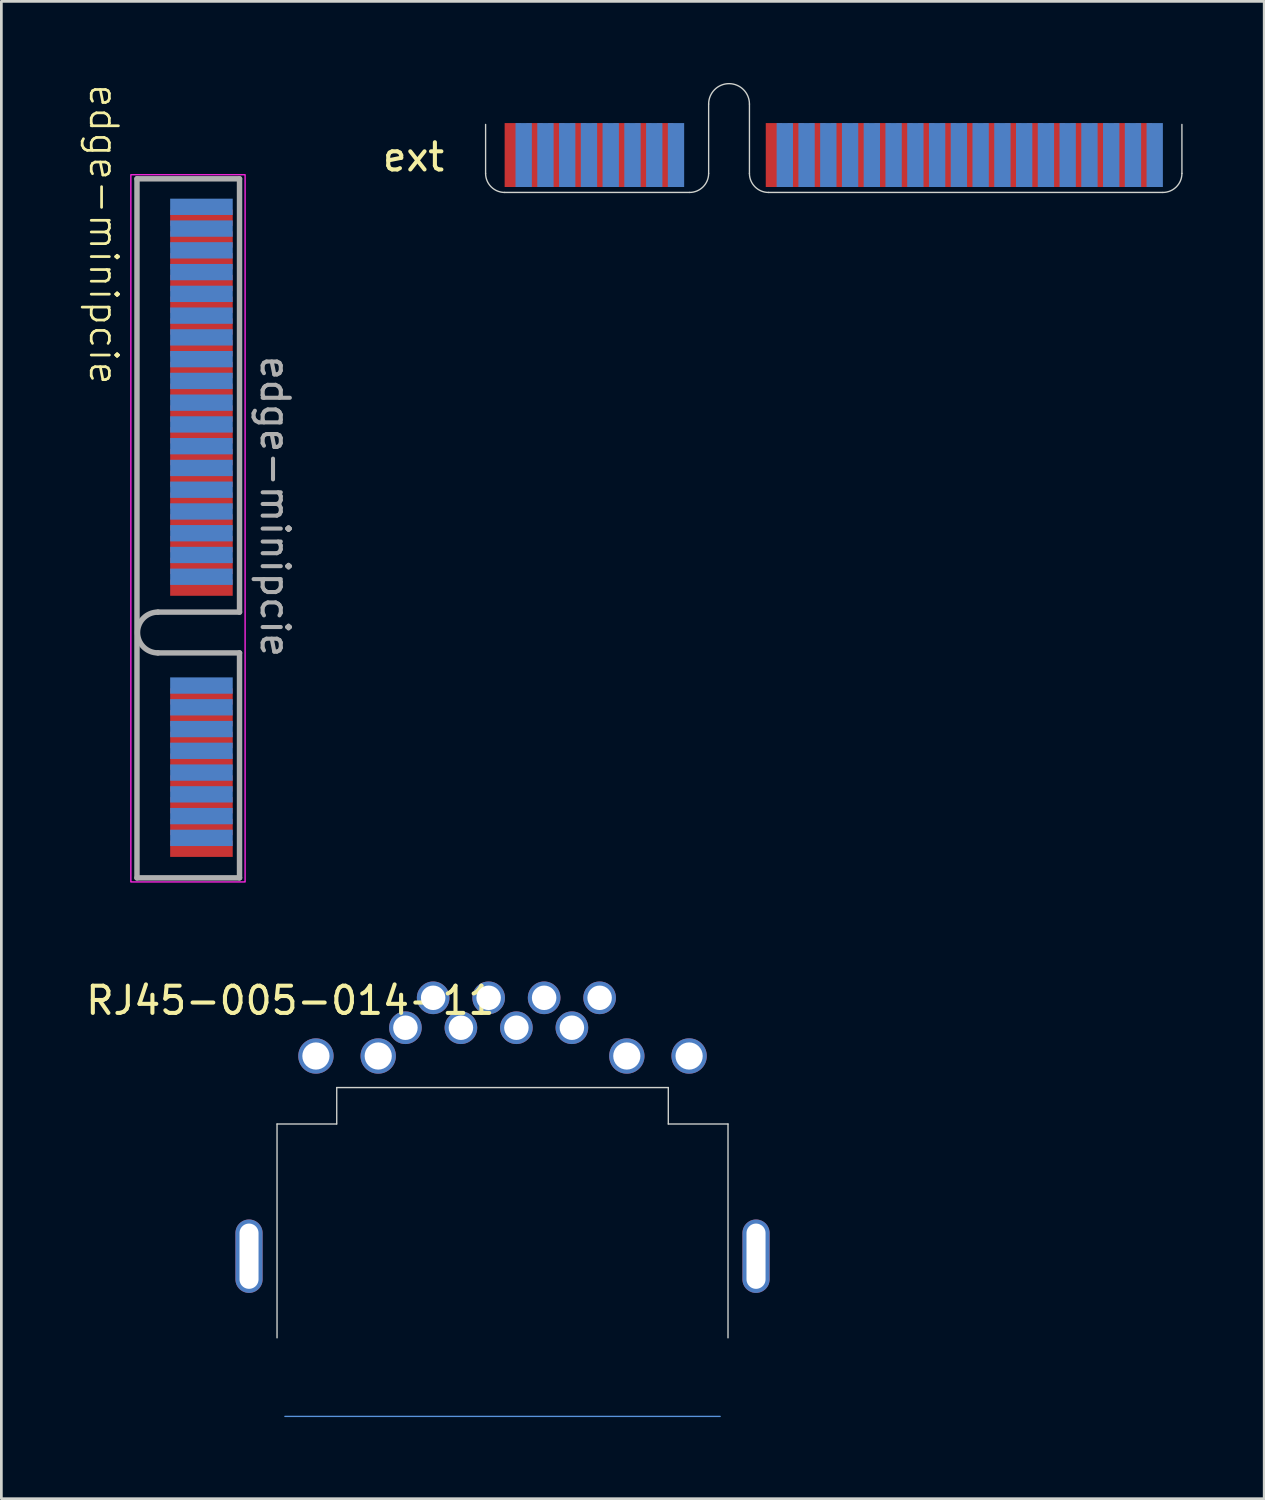
<source format=kicad_pcb>
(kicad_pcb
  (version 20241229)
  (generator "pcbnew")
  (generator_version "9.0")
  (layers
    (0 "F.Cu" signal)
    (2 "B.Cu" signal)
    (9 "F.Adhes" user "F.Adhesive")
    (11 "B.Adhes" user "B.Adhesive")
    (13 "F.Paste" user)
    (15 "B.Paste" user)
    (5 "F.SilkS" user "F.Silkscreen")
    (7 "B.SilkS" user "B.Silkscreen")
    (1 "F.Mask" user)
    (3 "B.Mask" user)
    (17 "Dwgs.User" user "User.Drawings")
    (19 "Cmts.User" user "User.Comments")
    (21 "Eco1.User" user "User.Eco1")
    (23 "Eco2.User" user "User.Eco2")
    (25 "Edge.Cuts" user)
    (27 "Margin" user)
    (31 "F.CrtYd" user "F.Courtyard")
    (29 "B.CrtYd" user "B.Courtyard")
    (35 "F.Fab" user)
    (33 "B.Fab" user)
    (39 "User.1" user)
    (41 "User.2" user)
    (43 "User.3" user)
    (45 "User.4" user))
  (footprint "ext"
    (layer "F.Cu")
    (at 23.753 4.025)
    (property "Reference" "ext" (at -11.6 -1.3 0) (layer "F.SilkS") (effects (font (size 1 1) (thickness 0.15))))
    (attr through_hole)
    (fp_rect (start -8.95 -2.55) (end 16.65 0) (stroke (width 0) (type default)) (fill yes) (layer "F.Mask"))
    (fp_rect (start -8.95 -2.55) (end 16.65 0) (stroke (width 0) (type default)) (fill yes) (layer "B.Mask"))
    (fp_line (start -8.95 -0.7) (end -8.95 -2.5) (stroke (width 0.05) (type solid)) (layer "Edge.Cuts"))
    (fp_line (start -1.45 -0.000001) (end -8.25 -0.000001) (stroke (width 0.05) (type default)) (layer "Edge.Cuts"))
    (fp_line (start -0.75 -3.25) (end -0.75 -0.7) (stroke (width 0.05) (type default)) (layer "Edge.Cuts"))
    (fp_line (start 0.75 -0.7) (end 0.75 -3.25) (stroke (width 0.05) (type solid)) (layer "Edge.Cuts"))
    (fp_line (start 1.45 0) (end 15.95 0) (stroke (width 0.05) (type default)) (layer "Edge.Cuts"))
    (fp_line (start 16.65 -2.5) (end 16.65 -0.7) (stroke (width 0.05) (type default)) (layer "Edge.Cuts"))
    (fp_arc (start -8.25 -0.000001) (mid -8.744974 -0.205026) (end -8.949999 -0.7) (stroke (width 0.05) (type default)) (layer "Edge.Cuts"))
    (fp_arc (start -0.75 -3.25) (mid 0 -4) (end 0.75 -3.25) (stroke (width 0.05) (type solid)) (layer "Edge.Cuts"))
    (fp_arc (start -0.75 -0.7) (mid -0.955025 -0.205026) (end -1.449999 -0.000001) (stroke (width 0.05) (type default)) (layer "Edge.Cuts"))
    (fp_arc (start 1.45 0) (mid 0.955025 -0.205025) (end 0.75 -0.7) (stroke (width 0.05) (type default)) (layer "Edge.Cuts"))
    (fp_arc (start 16.65 -0.7) (mid 16.444975 -0.205025) (end 15.95 0) (stroke (width 0.05) (type default)) (layer "Edge.Cuts"))
    (pad "1" smd rect (at -7.95 -1.375) (size 0.6 2.35) (layers "F.Cu" "F.Mask"))
    (pad "2" smd rect (at -7.55 -1.375) (size 0.6 2.35) (layers "B.Cu" "B.Mask"))
    (pad "3" smd rect (at -7.15 -1.375) (size 0.6 2.35) (layers "F.Cu" "F.Mask"))
    (pad "4" smd rect (at -6.75 -1.375) (size 0.6 2.35) (layers "B.Cu" "B.Mask"))
    (pad "5" smd rect (at -6.35 -1.375) (size 0.6 2.35) (layers "F.Cu" "F.Mask"))
    (pad "6" smd rect (at -5.95 -1.375) (size 0.6 2.35) (layers "B.Cu" "B.Mask"))
    (pad "7" smd rect (at -5.55 -1.375) (size 0.6 2.35) (layers "F.Cu" "F.Mask"))
    (pad "8" smd rect (at -5.15 -1.375) (size 0.6 2.35) (layers "B.Cu" "B.Mask"))
    (pad "9" smd rect (at -4.75 -1.375) (size 0.6 2.35) (layers "F.Cu" "F.Mask"))
    (pad "10" smd rect (at -4.35 -1.375) (size 0.6 2.35) (layers "B.Cu" "B.Mask"))
    (pad "11" smd rect (at -3.95 -1.375) (size 0.6 2.35) (layers "F.Cu" "F.Mask"))
    (pad "12" smd rect (at -3.55 -1.375) (size 0.6 2.35) (layers "B.Cu" "B.Mask"))
    (pad "13" smd rect (at -3.15 -1.375) (size 0.6 2.35) (layers "F.Cu" "F.Mask"))
    (pad "14" smd rect (at -2.75 -1.375) (size 0.6 2.35) (layers "B.Cu" "B.Mask"))
    (pad "15" smd rect (at -2.35 -1.375) (size 0.6 2.35) (layers "F.Cu" "F.Mask"))
    (pad "16" smd rect (at -1.95 -1.375) (size 0.6 2.35) (layers "B.Cu" "B.Mask"))
    (pad "17" smd rect (at 1.65 -1.375) (size 0.6 2.35) (layers "F.Cu" "F.Mask"))
    (pad "18" smd rect (at 2.05 -1.375) (size 0.6 2.35) (layers "B.Cu" "B.Mask"))
    (pad "19" smd rect (at 2.45 -1.375) (size 0.6 2.35) (layers "F.Cu" "F.Mask"))
    (pad "20" smd rect (at 2.85 -1.375) (size 0.6 2.35) (layers "B.Cu" "B.Mask"))
    (pad "21" smd rect (at 3.25 -1.375) (size 0.6 2.35) (layers "F.Cu" "F.Mask"))
    (pad "22" smd rect (at 3.65 -1.375) (size 0.6 2.35) (layers "B.Cu" "B.Mask"))
    (pad "23" smd rect (at 4.05 -1.375) (size 0.6 2.35) (layers "F.Cu" "F.Mask"))
    (pad "24" smd rect (at 4.45 -1.375) (size 0.6 2.35) (layers "B.Cu" "B.Mask"))
    (pad "25" smd rect (at 4.85 -1.375) (size 0.6 2.35) (layers "F.Cu" "F.Mask"))
    (pad "26" smd rect (at 5.25 -1.375) (size 0.6 2.35) (layers "B.Cu" "B.Mask"))
    (pad "27" smd rect (at 5.65 -1.375) (size 0.6 2.35) (layers "F.Cu" "F.Mask"))
    (pad "28" smd rect (at 6.05 -1.375) (size 0.6 2.35) (layers "B.Cu" "B.Mask"))
    (pad "29" smd rect (at 6.45 -1.375) (size 0.6 2.35) (layers "F.Cu" "F.Mask"))
    (pad "30" smd rect (at 6.85 -1.375) (size 0.6 2.35) (layers "B.Cu" "B.Mask"))
    (pad "31" smd rect (at 7.25 -1.375) (size 0.6 2.35) (layers "F.Cu" "F.Mask"))
    (pad "32" smd rect (at 7.65 -1.375) (size 0.6 2.35) (layers "B.Cu" "B.Mask"))
    (pad "33" smd rect (at 8.05 -1.375) (size 0.6 2.35) (layers "F.Cu" "F.Mask"))
    (pad "34" smd rect (at 8.45 -1.375) (size 0.6 2.35) (layers "B.Cu" "B.Mask"))
    (pad "35" smd rect (at 8.85 -1.375) (size 0.6 2.35) (layers "F.Cu" "F.Mask"))
    (pad "36" smd rect (at 9.25 -1.375) (size 0.6 2.35) (layers "B.Cu" "B.Mask"))
    (pad "37" smd rect (at 9.65 -1.375) (size 0.6 2.35) (layers "F.Cu" "F.Mask"))
    (pad "38" smd rect (at 10.05 -1.375) (size 0.6 2.35) (layers "B.Cu" "B.Mask"))
    (pad "39" smd rect (at 10.45 -1.375) (size 0.6 2.35) (layers "F.Cu" "F.Mask"))
    (pad "40" smd rect (at 10.85 -1.375) (size 0.6 2.35) (layers "B.Cu" "B.Mask"))
    (pad "41" smd rect (at 11.25 -1.375) (size 0.6 2.35) (layers "F.Cu" "F.Mask"))
    (pad "42" smd rect (at 11.65 -1.375) (size 0.6 2.35) (layers "B.Cu" "B.Mask"))
    (pad "43" smd rect (at 12.05 -1.375) (size 0.6 2.35) (layers "F.Cu" "F.Mask"))
    (pad "44" smd rect (at 12.45 -1.375) (size 0.6 2.35) (layers "B.Cu" "B.Mask"))
    (pad "45" smd rect (at 12.85 -1.375) (size 0.6 2.35) (layers "F.Cu" "F.Mask"))
    (pad "46" smd rect (at 13.25 -1.375) (size 0.6 2.35) (layers "B.Cu" "B.Mask"))
    (pad "47" smd rect (at 13.65 -1.375) (size 0.6 2.35) (layers "F.Cu" "F.Mask"))
    (pad "48" smd rect (at 14.05 -1.375) (size 0.6 2.35) (layers "B.Cu" "B.Mask"))
    (pad "49" smd rect (at 14.45 -1.375) (size 0.6 2.35) (layers "F.Cu" "F.Mask"))
    (pad "50" smd rect (at 14.85 -1.375) (size 0.6 2.35) (layers "B.Cu" "B.Mask"))
    (pad "51" smd rect (at 15.25 -1.375) (size 0.6 2.35) (layers "F.Cu" "F.Mask"))
    (pad "52" smd rect (at 15.65 -1.375) (size 0.6 2.35) (layers "B.Cu" "B.Mask")))
  (footprint "RJ45-005-014-11"
    (layer "F.Cu")
    (at 15.425 46.134)
    (property "Reference" "RJ45-005-014-11" (at -7.8 -12.4 0) (layer "F.SilkS") (effects (font (size 1 1) (thickness 0.15))))
    (attr through_hole)
    (fp_line (start -8 2.89) (end 8 2.89) (stroke (width 0.05) (type default)) (layer "Cmts.User"))
    (fp_line (start -8.29 -7.86) (end -6.1 -7.86) (stroke (width 0.05) (type default)) (layer "Edge.Cuts"))
    (fp_line (start -8.29 0) (end -8.29 -7.86) (stroke (width 0.05) (type default)) (layer "Edge.Cuts"))
    (fp_line (start -6.095 -9.2) (end 6.095 -9.2) (stroke (width 0.05) (type default)) (layer "Edge.Cuts"))
    (fp_line (start -6.095 -7.86) (end -6.095 -9.2) (stroke (width 0.05) (type default)) (layer "Edge.Cuts"))
    (fp_line (start 6.095 -9.2) (end 6.095 -7.86) (stroke (width 0.05) (type default)) (layer "Edge.Cuts"))
    (fp_line (start 6.095 -7.86) (end 8.29 -7.86) (stroke (width 0.05) (type default)) (layer "Edge.Cuts"))
    (fp_line (start 8.29 -7.86) (end 8.29 0) (stroke (width 0.05) (type default)) (layer "Edge.Cuts"))
    (pad "1" thru_hole circle (at 3.57 -12.5) (size 1.2 1.2) (drill 0.9) (layers "*.Cu" "*.Mask"))
    (pad "2" thru_hole circle (at 2.55 -11.4) (size 1.2 1.2) (drill 0.9) (layers "*.Cu" "*.Mask"))
    (pad "3" thru_hole circle (at 1.53 -12.5) (size 1.2 1.2) (drill 0.9) (layers "*.Cu" "*.Mask"))
    (pad "4" thru_hole circle (at 0.51 -11.4) (size 1.2 1.2) (drill 0.9) (layers "*.Cu" "*.Mask"))
    (pad "5" thru_hole circle (at -0.51 -12.5) (size 1.2 1.2) (drill 0.9) (layers "*.Cu" "*.Mask"))
    (pad "6" thru_hole circle (at -1.53 -11.4) (size 1.2 1.2) (drill 0.9) (layers "*.Cu" "*.Mask"))
    (pad "7" thru_hole circle (at -2.55 -12.5) (size 1.2 1.2) (drill 0.9) (layers "*.Cu" "*.Mask"))
    (pad "8" thru_hole circle (at -3.57 -11.4) (size 1.2 1.2) (drill 0.9) (layers "*.Cu" "*.Mask"))
    (pad "D1" thru_hole circle (at -6.86 -10.36) (size 1.3 1.3) (drill 1) (layers "*.Cu" "*.Mask"))
    (pad "D2" thru_hole circle (at -4.57 -10.36) (size 1.3 1.3) (drill 1) (layers "*.Cu" "*.Mask"))
    (pad "D3" thru_hole circle (at 4.57 -10.36) (size 1.3 1.3) (drill 1) (layers "*.Cu" "*.Mask"))
    (pad "D4" thru_hole circle (at 6.86 -10.36) (size 1.3 1.3) (drill 1) (layers "*.Cu" "*.Mask"))
    (pad "SH" thru_hole oval (at -9.32 -3) (size 1 2.7) (drill oval 0.7 2.4) (layers "*.Cu" "*.Mask"))
    (pad "SH" thru_hole oval (at 9.32 -3) (size 1 2.7) (drill oval 0.7 2.4) (layers "*.Cu" "*.Mask")))
  (footprint "edge-minipcie"
    (layer "F.Cu")
    (at 3.861 16.374)
    (property "Reference" "edge-minipcie" (at -3.1 -10.8 270) (unlocked yes) (layer "F.SilkS") (effects (font (size 1 1) (thickness 0.1))))
    (attr smd allow_soldermask_bridges)
    (fp_rect (start -0.61 -13.462) (end 2.286 13.208) (stroke (width 0.1) (type solid)) (fill yes) (layer "F.Mask"))
    (fp_rect (start -0.61 -13.716) (end 2.54 13.462) (stroke (width 0.1) (type solid)) (fill yes) (layer "B.Mask"))
    (fp_rect (start -2.1 -13) (end 2.1 13) (stroke (width 0.05) (type default)) (fill no) (layer "F.CrtYd"))
    (fp_line (start -1.875 -12.85) (end -1.875 12.85) (stroke (width 0.2) (type solid)) (layer "F.Fab"))
    (fp_line (start -1.875 -12.85) (end 1.895 -12.85) (stroke (width 0.2) (type solid)) (layer "F.Fab"))
    (fp_line (start -1.105 3.08) (end 1.895 3.08) (stroke (width 0.2) (type solid)) (layer "F.Fab"))
    (fp_line (start 1.895 -12.85) (end 1.895 3.08) (stroke (width 0.2) (type solid)) (layer "F.Fab"))
    (fp_line (start 1.895 4.58) (end -1.105 4.58) (stroke (width 0.2) (type solid)) (layer "F.Fab"))
    (fp_line (start 1.895 4.58) (end 1.895 12.85) (stroke (width 0.2) (type solid)) (layer "F.Fab"))
    (fp_line (start 1.895 12.85) (end -1.875 12.85) (stroke (width 0.2) (type solid)) (layer "F.Fab"))
    (fp_arc (start -1.105 4.58) (mid -1.855 3.83) (end -1.105 3.08) (stroke (width 0.2) (type solid)) (layer "F.Fab"))
    (fp_text user "${REFERENCE}" (at 3.2 -0.8 270) (unlocked yes) (layer "F.Fab") (effects (font (size 1 1) (thickness 0.15))))
    (pad "1" connect rect (at 0.495 11.78) (size 2.3 0.6) (layers "F.Cu" "F.Mask"))
    (pad "2" connect rect (at 0.495 11.38) (size 2.3 0.6) (layers "B.Cu" "B.Mask"))
    (pad "3" connect rect (at 0.495 10.98) (size 2.3 0.6) (layers "F.Cu" "F.Mask"))
    (pad "4" connect rect (at 0.495 10.58) (size 2.3 0.6) (layers "B.Cu" "B.Mask"))
    (pad "5" connect rect (at 0.495 10.18) (size 2.3 0.6) (layers "F.Cu" "F.Mask"))
    (pad "6" connect rect (at 0.495 9.78) (size 2.3 0.6) (layers "B.Cu" "B.Mask"))
    (pad "7" connect rect (at 0.495 9.38) (size 2.3 0.6) (layers "F.Cu" "F.Mask"))
    (pad "8" connect rect (at 0.495 8.98) (size 2.3 0.6) (layers "B.Cu" "B.Mask"))
    (pad "9" connect rect (at 0.495 8.58) (size 2.3 0.6) (layers "F.Cu" "F.Mask"))
    (pad "10" connect rect (at 0.495 8.18) (size 2.3 0.6) (layers "B.Cu" "B.Mask"))
    (pad "11" connect rect (at 0.495 7.78) (size 2.3 0.6) (layers "F.Cu" "F.Mask"))
    (pad "12" connect rect (at 0.495 7.38) (size 2.3 0.6) (layers "B.Cu" "B.Mask"))
    (pad "13" connect rect (at 0.495 6.98) (size 2.3 0.6) (layers "F.Cu" "F.Mask"))
    (pad "14" connect rect (at 0.495 6.58) (size 2.3 0.6) (layers "B.Cu" "B.Mask"))
    (pad "15" connect rect (at 0.495 6.18) (size 2.3 0.6) (layers "F.Cu" "F.Mask"))
    (pad "16" connect rect (at 0.495 5.78) (size 2.3 0.6) (layers "B.Cu" "B.Mask"))
    (pad "17" connect rect (at 0.495 2.18) (size 2.3 0.6) (layers "F.Cu" "F.Mask"))
    (pad "18" connect rect (at 0.495 1.78) (size 2.3 0.6) (layers "B.Cu" "B.Mask"))
    (pad "19" connect rect (at 0.495 1.38) (size 2.3 0.6) (layers "F.Cu" "F.Mask"))
    (pad "20" connect rect (at 0.495 0.98) (size 2.3 0.6) (layers "B.Cu" "B.Mask"))
    (pad "21" connect rect (at 0.495 0.58) (size 2.3 0.6) (layers "F.Cu" "F.Mask"))
    (pad "22" connect rect (at 0.495 0.18) (size 2.3 0.6) (layers "B.Cu" "B.Mask"))
    (pad "23" connect rect (at 0.495 -0.22) (size 2.3 0.6) (layers "F.Cu" "F.Mask"))
    (pad "24" connect rect (at 0.495 -0.62) (size 2.3 0.6) (layers "B.Cu" "B.Mask"))
    (pad "25" connect rect (at 0.495 -1.02) (size 2.3 0.6) (layers "F.Cu" "F.Mask"))
    (pad "26" connect rect (at 0.495 -1.42) (size 2.3 0.6) (layers "B.Cu" "B.Mask"))
    (pad "27" connect rect (at 0.495 -1.82) (size 2.3 0.6) (layers "F.Cu" "F.Mask"))
    (pad "28" connect rect (at 0.495 -2.22) (size 2.3 0.6) (layers "B.Cu" "B.Mask"))
    (pad "29" connect rect (at 0.495 -2.62) (size 2.3 0.6) (layers "F.Cu" "F.Mask"))
    (pad "30" connect rect (at 0.495 -3.02) (size 2.3 0.6) (layers "B.Cu" "B.Mask"))
    (pad "31" connect rect (at 0.495 -3.42) (size 2.3 0.6) (layers "F.Cu" "F.Mask"))
    (pad "32" connect rect (at 0.495 -3.82) (size 2.3 0.6) (layers "B.Cu" "B.Mask"))
    (pad "33" connect rect (at 0.495 -4.22) (size 2.3 0.6) (layers "F.Cu" "F.Mask"))
    (pad "34" connect rect (at 0.495 -4.62) (size 2.3 0.6) (layers "B.Cu" "B.Mask"))
    (pad "35" connect rect (at 0.495 -5.02) (size 2.3 0.6) (layers "F.Cu" "F.Mask"))
    (pad "36" connect rect (at 0.495 -5.42) (size 2.3 0.6) (layers "B.Cu" "B.Mask"))
    (pad "37" connect rect (at 0.495 -5.82) (size 2.3 0.6) (layers "F.Cu" "F.Mask"))
    (pad "38" connect rect (at 0.495 -6.22) (size 2.3 0.6) (layers "B.Cu" "B.Mask"))
    (pad "39" connect rect (at 0.495 -6.62) (size 2.3 0.6) (layers "F.Cu" "F.Mask"))
    (pad "40" connect rect (at 0.495 -7.02) (size 2.3 0.6) (layers "B.Cu" "B.Mask"))
    (pad "41" connect rect (at 0.495 -7.42) (size 2.3 0.6) (layers "F.Cu" "F.Mask"))
    (pad "42" connect rect (at 0.495 -7.82) (size 2.3 0.6) (layers "B.Cu" "B.Mask"))
    (pad "43" connect rect (at 0.495 -8.22) (size 2.3 0.6) (layers "F.Cu" "F.Mask"))
    (pad "44" connect rect (at 0.495 -8.62) (size 2.3 0.6) (layers "B.Cu" "B.Mask"))
    (pad "45" connect rect (at 0.495 -9.02) (size 2.3 0.6) (layers "F.Cu" "F.Mask"))
    (pad "46" connect rect (at 0.495 -9.42) (size 2.3 0.6) (layers "B.Cu" "B.Mask"))
    (pad "47" connect rect (at 0.495 -9.82) (size 2.3 0.6) (layers "F.Cu" "F.Mask"))
    (pad "48" connect rect (at 0.495 -10.22) (size 2.3 0.6) (layers "B.Cu" "B.Mask"))
    (pad "49" connect rect (at 0.495 -10.62) (size 2.3 0.6) (layers "F.Cu" "F.Mask"))
    (pad "50" connect rect (at 0.495 -11.02) (size 2.3 0.6) (layers "B.Cu" "B.Mask"))
    (pad "51" connect rect (at 0.495 -11.42) (size 2.3 0.6) (layers "F.Cu" "F.Mask"))
    (pad "52" connect rect (at 0.495 -11.82) (size 2.3 0.6) (layers "B.Cu" "B.Mask")))
  (gr_rect
    (start -3 -3)
    (end 43.428 52.049)
    (stroke (width 0.1) (type default))
    (fill no)
    (layer "Edge.Cuts")))
</source>
